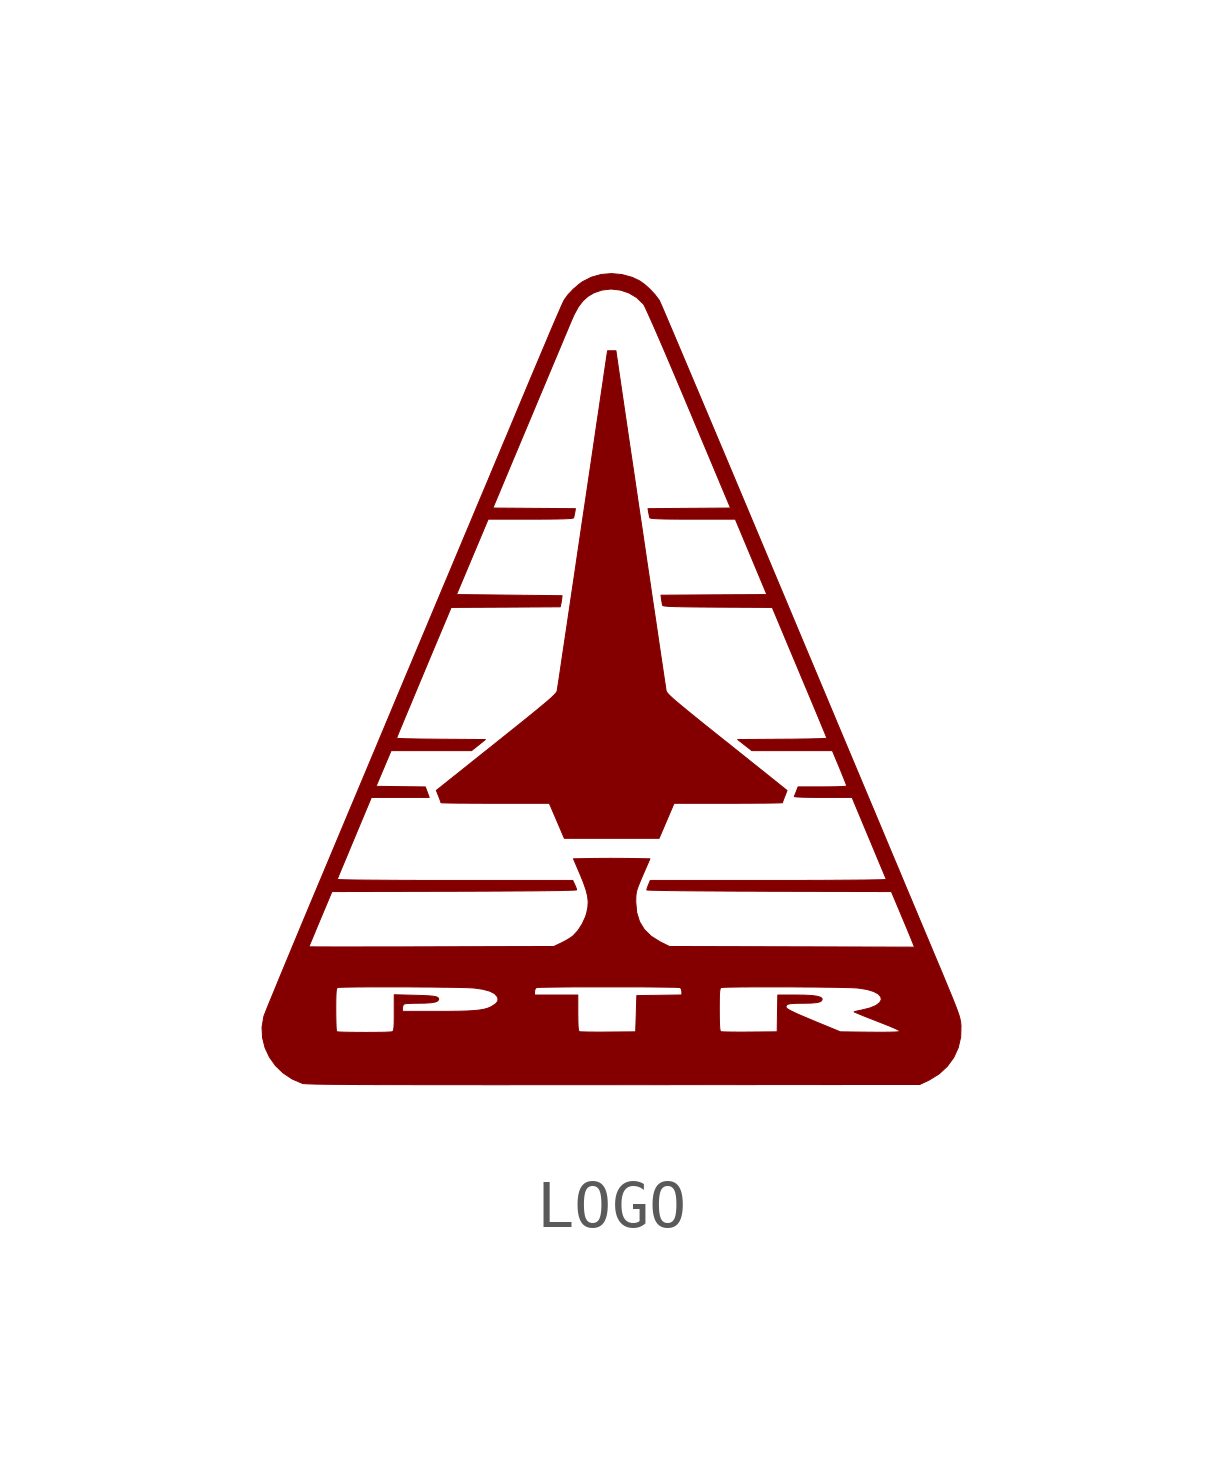
<source format=kicad_sym>
(kicad_symbol_lib
  (version 20210619)
  (generator bitmap2component)
  (symbol "LOGO"
    (pin_names
      (offset 1.016))
    (property "Reference" "#G"
      (at 0 8.083 0)
      (effects (font (size 1.27 1.27)) hide))
    (symbol "LOGO_0_0"
      (polyline (pts (xy -1.964 -8.492) (xy -1.376 -8.492) (xy -0.742 -8.492) (xy -0.061 -8.492) (xy 6.32 -8.487) (xy 6.505 -8.399) (xy 6.523 -8.39) (xy 6.725 -8.264) (xy 6.894 -8.107) (xy 7.027 -7.924) (xy 7.12 -7.719) (xy 7.171 -7.498) (xy 7.177 -7.266) (xy 7.174 -7.227) (xy 7.169 -7.188) (xy 7.162 -7.147) (xy 7.152 -7.101) (xy 7.136 -7.046) (xy 7.113 -6.979) (xy 7.083 -6.896) (xy 7.043 -6.794) (xy 6.993 -6.668) (xy 6.93 -6.516) (xy 6.854 -6.332) (xy 6.764 -6.115) (xy 6.657 -5.861) (xy 6.533 -5.565) (xy 6.494 -5.472) (xy 6.431 -5.322) (xy 6.351 -5.132) (xy 6.255 -4.903) (xy 6.144 -4.638) (xy 6.018 -4.338) (xy 5.88 -4.007) (xy 5.728 -3.647) (xy 5.566 -3.259) (xy 5.393 -2.846) (xy 5.21 -2.411) (xy 5.019 -1.955) (xy 4.82 -1.481) (xy 4.614 -0.991) (xy 4.403 -0.487) (xy 4.187 0.028) (xy 3.967 0.552) (xy 3.744 1.084) (xy 3.52 1.619) (xy 3.481 1.712) (xy 3.262 2.233) (xy 3.048 2.743) (xy 2.84 3.239) (xy 2.638 3.72) (xy 2.443 4.184) (xy 2.256 4.629) (xy 2.077 5.053) (xy 1.908 5.454) (xy 1.749 5.831) (xy 1.601 6.181) (xy 1.465 6.503) (xy 1.341 6.796) (xy 1.231 7.056) (xy 1.135 7.282) (xy 1.054 7.473) (xy 0.989 7.626) (xy 0.94 7.74) (xy 0.908 7.812) (xy 0.894 7.842) (xy 0.884 7.857) (xy 0.801 7.967) (xy 0.695 8.08) (xy 0.582 8.181) (xy 0.477 8.254) (xy 0.328 8.324) (xy 0.117 8.382) (xy -0.101 8.402) (xy -0.317 8.384) (xy -0.521 8.327) (xy -0.705 8.233) (xy -0.774 8.183) (xy -0.898 8.077) (xy -1.006 7.963) (xy -1.084 7.855) (xy -1.094 7.836) (xy -1.115 7.793) (xy -1.144 7.73) (xy -1.182 7.643) (xy -1.231 7.531) (xy -1.291 7.392) (xy -1.363 7.224) (xy -1.447 7.024) (xy -1.545 6.792) (xy -1.658 6.525) (xy -1.786 6.221) (xy -1.93 5.877) (xy -2.091 5.493) (xy -2.269 5.065) (xy -2.319 4.948) (xy -2.393 4.771) (xy -2.479 4.565) (xy -2.573 4.342) (xy -2.67 4.109) (xy -2.768 3.876) (xy -2.862 3.653) (xy -2.948 3.448) (xy -3.062 3.175) (xy -3.186 2.881) (xy -3.316 2.571) (xy -3.451 2.248) (xy -3.59 1.918) (xy -3.73 1.585) (xy -3.869 1.253) (xy -4.006 0.926) (xy -4.139 0.61) (xy -4.266 0.307) (xy -4.385 0.024) (xy -4.494 -0.237) (xy -4.592 -0.47) (xy -4.676 -0.672) (xy -4.745 -0.837) (xy -4.798 -0.962) (xy -4.815 -1.004) (xy -4.862 -1.116) (xy -4.926 -1.268) (xy -5.004 -1.456) (xy -5.097 -1.676) (xy -5.201 -1.925) (xy -5.317 -2.201) (xy -5.442 -2.499) (xy -5.575 -2.815) (xy -5.714 -3.147) (xy -5.858 -3.491) (xy -6.006 -3.844) (xy -6.156 -4.202) (xy -6.265 -4.461) (xy -6.408 -4.802) (xy -6.545 -5.13) (xy -6.675 -5.443) (xy -6.749 -5.62) (xy -6.405 -5.62) (xy -6.398 -5.602) (xy -6.375 -5.545) (xy -6.337 -5.455) (xy -6.288 -5.336) (xy -6.23 -5.196) (xy -6.165 -5.041) (xy -5.925 -4.469) (xy -3.376 -4.463) (xy -3.049 -4.462) (xy -2.644 -4.46) (xy -2.277 -4.458) (xy -1.948 -4.456) (xy -1.658 -4.454) (xy -1.41 -4.451) (xy -1.204 -4.448) (xy -1.041 -4.444) (xy -0.924 -4.441) (xy -0.852 -4.437) (xy -0.828 -4.433) (xy -0.829 -4.428) (xy -0.843 -4.385) (xy -0.869 -4.323) (xy -0.91 -4.237) (xy -3.367 -4.237) (xy -3.724 -4.237) (xy -4.096 -4.237) (xy -4.437 -4.236) (xy -4.746 -4.234) (xy -5.019 -4.232) (xy -5.255 -4.23) (xy -5.453 -4.228) (xy -5.61 -4.225) (xy -5.724 -4.222) (xy -5.794 -4.218) (xy -5.816 -4.215) (xy -5.816 -4.214) (xy -5.803 -4.183) (xy -5.774 -4.113) (xy -5.731 -4.009) (xy -5.675 -3.875) (xy -5.609 -3.718) (xy -5.536 -3.541) (xy -5.456 -3.35) (xy -5.104 -2.508) (xy -3.899 -2.508) (xy -3.939 -2.399) (xy -3.98 -2.29) (xy -4.493 -2.284) (xy -5.007 -2.277) (xy -4.85 -1.906) (xy -4.693 -1.534) (xy -3.018 -1.534) (xy -2.873 -1.419) (xy -2.729 -1.303) (xy -3.654 -1.296) (xy -3.688 -1.296) (xy -3.892 -1.294) (xy -4.08 -1.292) (xy -4.245 -1.289) (xy -4.383 -1.286) (xy -4.488 -1.282) (xy -4.555 -1.279) (xy -4.578 -1.275) (xy -4.577 -1.272) (xy -4.566 -1.241) (xy -4.541 -1.179) (xy -4.502 -1.083) (xy -4.448 -0.954) (xy -4.38 -0.789) (xy -4.295 -0.587) (xy -4.195 -0.347) (xy -4.078 -0.067) (xy -3.944 0.254) (xy -3.792 0.617) (xy -3.621 1.023) (xy -3.442 1.449) (xy -2.306 1.455) (xy -1.17 1.462) (xy -1.158 1.516) (xy -1.15 1.559) (xy -1.139 1.632) (xy -1.132 1.693) (xy -2.232 1.705) (xy -3.331 1.717) (xy -2.671 3.288) (xy -1.786 3.288) (xy -1.6 3.288) (xy -1.391 3.289) (xy -1.225 3.291) (xy -1.096 3.294) (xy -1.003 3.298) (xy -0.94 3.303) (xy -0.903 3.31) (xy -0.89 3.318) (xy -0.89 3.318) (xy -0.88 3.363) (xy -0.867 3.427) (xy -0.854 3.506) (xy -2.573 3.519) (xy -2.283 4.213) (xy -2.24 4.315) (xy -2.159 4.51) (xy -2.064 4.735) (xy -1.96 4.984) (xy -1.85 5.245) (xy -1.738 5.512) (xy -1.628 5.776) (xy -1.522 6.027) (xy -1.427 6.254) (xy -1.332 6.481) (xy -1.241 6.697) (xy -1.157 6.897) (xy -1.083 7.076) (xy -1.019 7.226) (xy -0.97 7.344) (xy -0.937 7.422) (xy -0.883 7.545) (xy -0.794 7.708) (xy -0.699 7.833) (xy -0.592 7.929) (xy -0.468 8.002) (xy -0.304 8.059) (xy -0.113 8.081) (xy 0.078 8.06) (xy 0.26 8) (xy 0.425 7.902) (xy 0.564 7.767) (xy 0.573 7.753) (xy 0.603 7.694) (xy 0.649 7.594) (xy 0.712 7.454) (xy 0.79 7.279) (xy 0.881 7.069) (xy 0.985 6.829) (xy 1.1 6.559) (xy 1.226 6.263) (xy 1.361 5.943) (xy 1.505 5.601) (xy 2.378 3.519) (xy 1.519 3.513) (xy 0.659 3.506) (xy 0.672 3.427) (xy 0.673 3.427) (xy 0.685 3.362) (xy 0.695 3.318) (xy 0.703 3.312) (xy 0.733 3.305) (xy 0.789 3.299) (xy 0.875 3.295) (xy 0.994 3.291) (xy 1.151 3.289) (xy 1.348 3.288) (xy 1.591 3.288) (xy 2.477 3.288) (xy 2.806 2.502) (xy 3.134 1.717) (xy 2.031 1.711) (xy 0.929 1.704) (xy 0.941 1.613) (xy 0.943 1.601) (xy 0.954 1.535) (xy 0.963 1.492) (xy 0.971 1.486) (xy 1 1.48) (xy 1.056 1.474) (xy 1.14 1.469) (xy 1.256 1.465) (xy 1.408 1.462) (xy 1.599 1.459) (xy 1.832 1.457) (xy 2.11 1.455) (xy 3.247 1.449) (xy 3.482 0.889) (xy 3.504 0.835) (xy 3.579 0.656) (xy 3.667 0.447) (xy 3.763 0.219) (xy 3.861 -0.017) (xy 3.959 -0.249) (xy 4.05 -0.467) (xy 4.12 -0.634) (xy 4.192 -0.806) (xy 4.255 -0.959) (xy 4.308 -1.087) (xy 4.349 -1.186) (xy 4.374 -1.251) (xy 4.383 -1.276) (xy 4.383 -1.277) (xy 4.351 -1.28) (xy 4.277 -1.283) (xy 4.166 -1.286) (xy 4.023 -1.29) (xy 3.853 -1.292) (xy 3.662 -1.295) (xy 3.455 -1.296) (xy 2.526 -1.303) (xy 2.674 -1.419) (xy 2.821 -1.534) (xy 4.499 -1.534) (xy 4.649 -1.893) (xy 4.681 -1.971) (xy 4.727 -2.086) (xy 4.764 -2.179) (xy 4.789 -2.243) (xy 4.798 -2.271) (xy 4.796 -2.272) (xy 4.759 -2.278) (xy 4.683 -2.282) (xy 4.575 -2.286) (xy 4.442 -2.288) (xy 4.291 -2.289) (xy 3.784 -2.289) (xy 3.749 -2.381) (xy 3.742 -2.399) (xy 3.719 -2.457) (xy 3.706 -2.49) (xy 3.719 -2.494) (xy 3.775 -2.499) (xy 3.867 -2.503) (xy 3.99 -2.506) (xy 4.138 -2.508) (xy 4.303 -2.508) (xy 4.909 -2.508) (xy 5.261 -3.351) (xy 5.269 -3.369) (xy 5.348 -3.559) (xy 5.421 -3.734) (xy 5.486 -3.89) (xy 5.541 -4.021) (xy 5.583 -4.122) (xy 5.611 -4.189) (xy 5.622 -4.215) (xy 5.621 -4.216) (xy 5.589 -4.219) (xy 5.512 -4.223) (xy 5.391 -4.225) (xy 5.23 -4.228) (xy 5.03 -4.23) (xy 4.795 -4.232) (xy 4.526 -4.234) (xy 4.226 -4.236) (xy 3.899 -4.237) (xy 3.545 -4.237) (xy 3.168 -4.237) (xy 0.707 -4.237) (xy 0.67 -4.326) (xy 0.663 -4.342) (xy 0.642 -4.401) (xy 0.633 -4.435) (xy 0.646 -4.437) (xy 0.703 -4.44) (xy 0.804 -4.443) (xy 0.946 -4.446) (xy 1.125 -4.449) (xy 1.339 -4.452) (xy 1.584 -4.454) (xy 1.858 -4.456) (xy 2.158 -4.458) (xy 2.48 -4.46) (xy 2.822 -4.461) (xy 3.181 -4.463) (xy 5.728 -4.469) (xy 5.928 -4.944) (xy 5.941 -4.976) (xy 6.003 -5.123) (xy 6.06 -5.26) (xy 6.109 -5.378) (xy 6.146 -5.469) (xy 6.168 -5.523) (xy 6.21 -5.627) (xy 3.658 -5.62) (xy 1.105 -5.613) (xy 0.919 -5.521) (xy 0.908 -5.515) (xy 0.724 -5.4) (xy 0.582 -5.261) (xy 0.482 -5.097) (xy 0.423 -4.907) (xy 0.403 -4.688) (xy 0.404 -4.636) (xy 0.406 -4.561) (xy 0.413 -4.497) (xy 0.428 -4.433) (xy 0.454 -4.358) (xy 0.494 -4.26) (xy 0.55 -4.128) (xy 0.698 -3.787) (xy 0.3 -3.78) (xy 0.277 -3.78) (xy 0.093 -3.778) (xy -0.113 -3.777) (xy -0.317 -3.778) (xy -0.495 -3.78) (xy -0.894 -3.787) (xy -0.75 -4.122) (xy -0.688 -4.275) (xy -0.633 -4.432) (xy -0.6 -4.564) (xy -0.587 -4.682) (xy -0.594 -4.795) (xy -0.618 -4.914) (xy -0.642 -4.992) (xy -0.712 -5.145) (xy -0.802 -5.284) (xy -0.903 -5.393) (xy -0.962 -5.435) (xy -1.05 -5.489) (xy -1.145 -5.538) (xy -1.303 -5.613) (xy -3.854 -5.62) (xy -4.165 -5.621) (xy -4.5 -5.622) (xy -4.819 -5.622) (xy -5.118 -5.622) (xy -5.394 -5.623) (xy -5.643 -5.623) (xy -5.862 -5.623) (xy -6.049 -5.622) (xy -6.2 -5.622) (xy -6.312 -5.621) (xy -6.381 -5.621) (xy -6.405 -5.62) (xy -6.749 -5.62) (xy -6.797 -5.736) (xy -6.91 -6.008) (xy -7.013 -6.256) (xy -7.103 -6.476) (xy -7.181 -6.665) (xy -7.245 -6.821) (xy -7.288 -6.927) (xy -5.845 -6.927) (xy -5.845 -6.88) (xy -5.844 -6.732) (xy -5.841 -6.625) (xy -5.837 -6.551) (xy -5.83 -6.505) (xy -5.82 -6.479) (xy -5.806 -6.468) (xy -5.798 -6.467) (xy -5.746 -6.463) (xy -5.652 -6.46) (xy -5.523 -6.458) (xy -5.363 -6.456) (xy -5.179 -6.455) (xy -4.974 -6.454) (xy -4.756 -6.454) (xy -4.528 -6.454) (xy -4.297 -6.455) (xy -4.067 -6.457) (xy -3.845 -6.458) (xy -3.635 -6.461) (xy -3.444 -6.463) (xy -3.275 -6.466) (xy -3.135 -6.47) (xy -3.03 -6.474) (xy -2.963 -6.478) (xy -2.786 -6.503) (xy -2.638 -6.543) (xy -2.617 -6.553) (xy -1.705 -6.553) (xy -1.696 -6.503) (xy -1.666 -6.468) (xy -1.637 -6.466) (xy -1.564 -6.463) (xy -1.45 -6.461) (xy -1.301 -6.459) (xy -1.12 -6.457) (xy -0.913 -6.455) (xy -0.682 -6.454) (xy -0.433 -6.454) (xy -0.17 -6.454) (xy 0.082 -6.454) (xy 0.332 -6.454) (xy 0.563 -6.455) (xy 0.772 -6.457) (xy 0.954 -6.459) (xy 1.104 -6.461) (xy 1.22 -6.463) (xy 1.294 -6.466) (xy 1.325 -6.468) (xy 1.351 -6.494) (xy 1.364 -6.553) (xy 1.364 -6.623) (xy 0.426 -6.636) (xy 0.418 -6.879) (xy 2.143 -6.879) (xy 2.144 -6.731) (xy 2.146 -6.624) (xy 2.151 -6.551) (xy 2.158 -6.505) (xy 2.168 -6.479) (xy 2.182 -6.468) (xy 2.19 -6.467) (xy 2.242 -6.463) (xy 2.336 -6.46) (xy 2.465 -6.458) (xy 2.625 -6.456) (xy 2.809 -6.455) (xy 3.014 -6.454) (xy 3.233 -6.454) (xy 3.461 -6.454) (xy 3.692 -6.455) (xy 3.921 -6.457) (xy 4.144 -6.458) (xy 4.354 -6.461) (xy 4.546 -6.463) (xy 4.714 -6.467) (xy 4.854 -6.47) (xy 4.96 -6.474) (xy 5.027 -6.478) (xy 5.036 -6.479) (xy 5.218 -6.508) (xy 5.358 -6.55) (xy 5.455 -6.602) (xy 5.508 -6.661) (xy 5.517 -6.723) (xy 5.482 -6.785) (xy 5.402 -6.844) (xy 5.276 -6.896) (xy 5.104 -6.938) (xy 5.039 -6.951) (xy 4.978 -6.965) (xy 4.952 -6.973) (xy 4.955 -6.976) (xy 4.993 -6.993) (xy 5.067 -7.024) (xy 5.17 -7.067) (xy 5.298 -7.117) (xy 5.442 -7.173) (xy 5.462 -7.181) (xy 5.637 -7.25) (xy 5.767 -7.304) (xy 5.855 -7.344) (xy 5.9 -7.371) (xy 5.905 -7.385) (xy 5.885 -7.389) (xy 5.819 -7.394) (xy 5.718 -7.397) (xy 5.587 -7.399) (xy 5.434 -7.399) (xy 5.266 -7.398) (xy 4.664 -7.391) (xy 4.104 -7.16) (xy 4.09 -7.154) (xy 3.907 -7.077) (xy 3.765 -7.016) (xy 3.661 -6.967) (xy 3.591 -6.93) (xy 3.55 -6.903) (xy 3.535 -6.883) (xy 3.533 -6.858) (xy 3.546 -6.831) (xy 3.581 -6.813) (xy 3.647 -6.802) (xy 3.748 -6.796) (xy 3.892 -6.795) (xy 3.902 -6.795) (xy 4.054 -6.792) (xy 4.163 -6.783) (xy 4.235 -6.767) (xy 4.274 -6.743) (xy 4.286 -6.71) (xy 4.285 -6.703) (xy 4.259 -6.674) (xy 4.193 -6.652) (xy 4.085 -6.636) (xy 3.932 -6.627) (xy 3.733 -6.624) (xy 3.362 -6.624) (xy 3.355 -7.008) (xy 3.349 -7.391) (xy 2.776 -7.395) (xy 2.677 -7.396) (xy 2.522 -7.396) (xy 2.387 -7.395) (xy 2.279 -7.393) (xy 2.206 -7.391) (xy 2.174 -7.387) (xy 2.171 -7.386) (xy 2.16 -7.363) (xy 2.152 -7.31) (xy 2.147 -7.224) (xy 2.144 -7.098) (xy 2.143 -6.929) (xy 2.143 -6.879) (xy 0.418 -6.879) (xy 0.414 -7.014) (xy 0.402 -7.391) (xy -0.17 -7.395) (xy -0.27 -7.396) (xy -0.425 -7.396) (xy -0.56 -7.395) (xy -0.667 -7.393) (xy -0.741 -7.391) (xy -0.773 -7.387) (xy -0.782 -7.378) (xy -0.792 -7.339) (xy -0.799 -7.266) (xy -0.802 -7.154) (xy -0.804 -6.999) (xy -0.804 -6.624) (xy -1.705 -6.624) (xy -1.705 -6.553) (xy -2.617 -6.553) (xy -2.535 -6.596) (xy -2.479 -6.661) (xy -2.467 -6.696) (xy -2.47 -6.752) (xy -2.511 -6.804) (xy -2.595 -6.86) (xy -2.62 -6.873) (xy -2.68 -6.899) (xy -2.752 -6.919) (xy -2.841 -6.935) (xy -2.952 -6.947) (xy -3.09 -6.956) (xy -3.261 -6.961) (xy -3.47 -6.964) (xy -3.722 -6.965) (xy -4.457 -6.965) (xy -4.457 -6.894) (xy -4.448 -6.844) (xy -4.418 -6.809) (xy -4.387 -6.804) (xy -4.316 -6.799) (xy -4.217 -6.796) (xy -4.103 -6.794) (xy -3.993 -6.793) (xy -3.86 -6.785) (xy -3.77 -6.769) (xy -3.718 -6.745) (xy -3.702 -6.712) (xy -3.704 -6.697) (xy -3.719 -6.676) (xy -3.754 -6.661) (xy -3.815 -6.649) (xy -3.906 -6.641) (xy -4.035 -6.634) (xy -4.207 -6.629) (xy -4.627 -6.619) (xy -4.627 -6.996) (xy -4.627 -7.103) (xy -4.629 -7.22) (xy -4.633 -7.299) (xy -4.64 -7.349) (xy -4.651 -7.376) (xy -4.665 -7.388) (xy -4.677 -7.391) (xy -4.733 -7.395) (xy -4.824 -7.399) (xy -4.941 -7.401) (xy -5.076 -7.402) (xy -5.221 -7.403) (xy -5.367 -7.402) (xy -5.507 -7.401) (xy -5.631 -7.399) (xy -5.732 -7.396) (xy -5.8 -7.392) (xy -5.828 -7.387) (xy -5.833 -7.362) (xy -5.838 -7.295) (xy -5.841 -7.194) (xy -5.844 -7.069) (xy -5.845 -6.927) (xy -7.288 -6.927) (xy -7.293 -6.941) (xy -7.325 -7.022) (xy -7.34 -7.061) (xy -7.346 -7.085) (xy -7.381 -7.3) (xy -7.37 -7.513) (xy -7.318 -7.721) (xy -7.227 -7.916) (xy -7.101 -8.093) (xy -6.942 -8.247) (xy -6.753 -8.373) (xy -6.539 -8.465) (xy -6.524 -8.468) (xy -6.491 -8.471) (xy -6.441 -8.474) (xy -6.371 -8.476) (xy -6.281 -8.479) (xy -6.168 -8.481) (xy -6.032 -8.483) (xy -5.87 -8.485) (xy -5.681 -8.486) (xy -5.463 -8.488) (xy -5.215 -8.489) (xy -4.936 -8.49) (xy -4.624 -8.491) (xy -4.276 -8.491) (xy -3.893 -8.492) (xy -3.471 -8.492) (xy -3.01 -8.492) (xy -2.509 -8.493) (xy -1.964 -8.492)) (stroke (width 0.01)) (fill (type outline)))
      (polyline (pts (xy 0.889 -3.36) (xy 1.045 -2.995) (xy 1.201 -2.63) (xy 2.329 -2.63) (xy 2.539 -2.63) (xy 2.754 -2.629) (xy 2.949 -2.628) (xy 3.12 -2.627) (xy 3.26 -2.625) (xy 3.367 -2.623) (xy 3.435 -2.621) (xy 3.458 -2.619) (xy 3.462 -2.605) (xy 3.479 -2.555) (xy 3.506 -2.486) (xy 3.554 -2.364) (xy 2.302 -1.363) (xy 2.245 -1.318) (xy 2.001 -1.123) (xy 1.791 -0.955) (xy 1.614 -0.812) (xy 1.467 -0.692) (xy 1.347 -0.593) (xy 1.25 -0.512) (xy 1.176 -0.447) (xy 1.121 -0.396) (xy 1.081 -0.356) (xy 1.056 -0.326) (xy 1.042 -0.303) (xy 1.035 -0.285) (xy 1.031 -0.255) (xy 1.02 -0.18) (xy 1.002 -0.064) (xy 0.979 0.091) (xy 0.951 0.28) (xy 0.918 0.501) (xy 0.881 0.751) (xy 0.841 1.025) (xy 0.797 1.321) (xy 0.75 1.635) (xy 0.702 1.964) (xy 0.651 2.304) (xy 0.6 2.652) (xy 0.548 3.006) (xy 0.495 3.361) (xy 0.443 3.713) (xy 0.392 4.061) (xy 0.342 4.4) (xy 0.293 4.727) (xy 0.247 5.039) (xy 0.204 5.332) (xy 0.164 5.603) (xy 0.128 5.849) (xy 0.096 6.066) (xy 0.069 6.251) (xy 0.047 6.401) (xy 0.031 6.512) (xy 0.021 6.581) (xy -0.01 6.795) (xy -0.184 6.795) (xy -0.25 6.35) (xy -0.26 6.282) (xy -0.277 6.162) (xy -0.301 6.001) (xy -0.331 5.801) (xy -0.365 5.567) (xy -0.405 5.301) (xy -0.448 5.007) (xy -0.495 4.688) (xy -0.545 4.349) (xy -0.598 3.992) (xy -0.653 3.62) (xy -0.71 3.239) (xy -0.767 2.849) (xy -0.77 2.83) (xy -0.826 2.45) (xy -0.88 2.082) (xy -0.933 1.729) (xy -0.982 1.395) (xy -1.028 1.083) (xy -1.071 0.795) (xy -1.11 0.535) (xy -1.144 0.305) (xy -1.173 0.108) (xy -1.197 -0.052) (xy -1.216 -0.173) (xy -1.228 -0.252) (xy -1.233 -0.286) (xy -1.234 -0.29) (xy -1.242 -0.309) (xy -1.258 -0.334) (xy -1.287 -0.365) (xy -1.329 -0.407) (xy -1.388 -0.461) (xy -1.467 -0.529) (xy -1.568 -0.613) (xy -1.694 -0.717) (xy -1.847 -0.841) (xy -2.03 -0.989) (xy -2.247 -1.162) (xy -2.498 -1.363) (xy -3.75 -2.362) (xy -3.701 -2.485) (xy -3.682 -2.534) (xy -3.661 -2.592) (xy -3.653 -2.619) (xy -3.633 -2.621) (xy -3.57 -2.623) (xy -3.467 -2.625) (xy -3.329 -2.627) (xy -3.161 -2.628) (xy -2.967 -2.629) (xy -2.754 -2.63) (xy -2.525 -2.63) (xy -1.397 -2.63) (xy -1.24 -2.995) (xy -1.084 -3.36) (xy 0.889 -3.36)) (stroke (width 0.01)) (fill (type outline))))))
</source>
